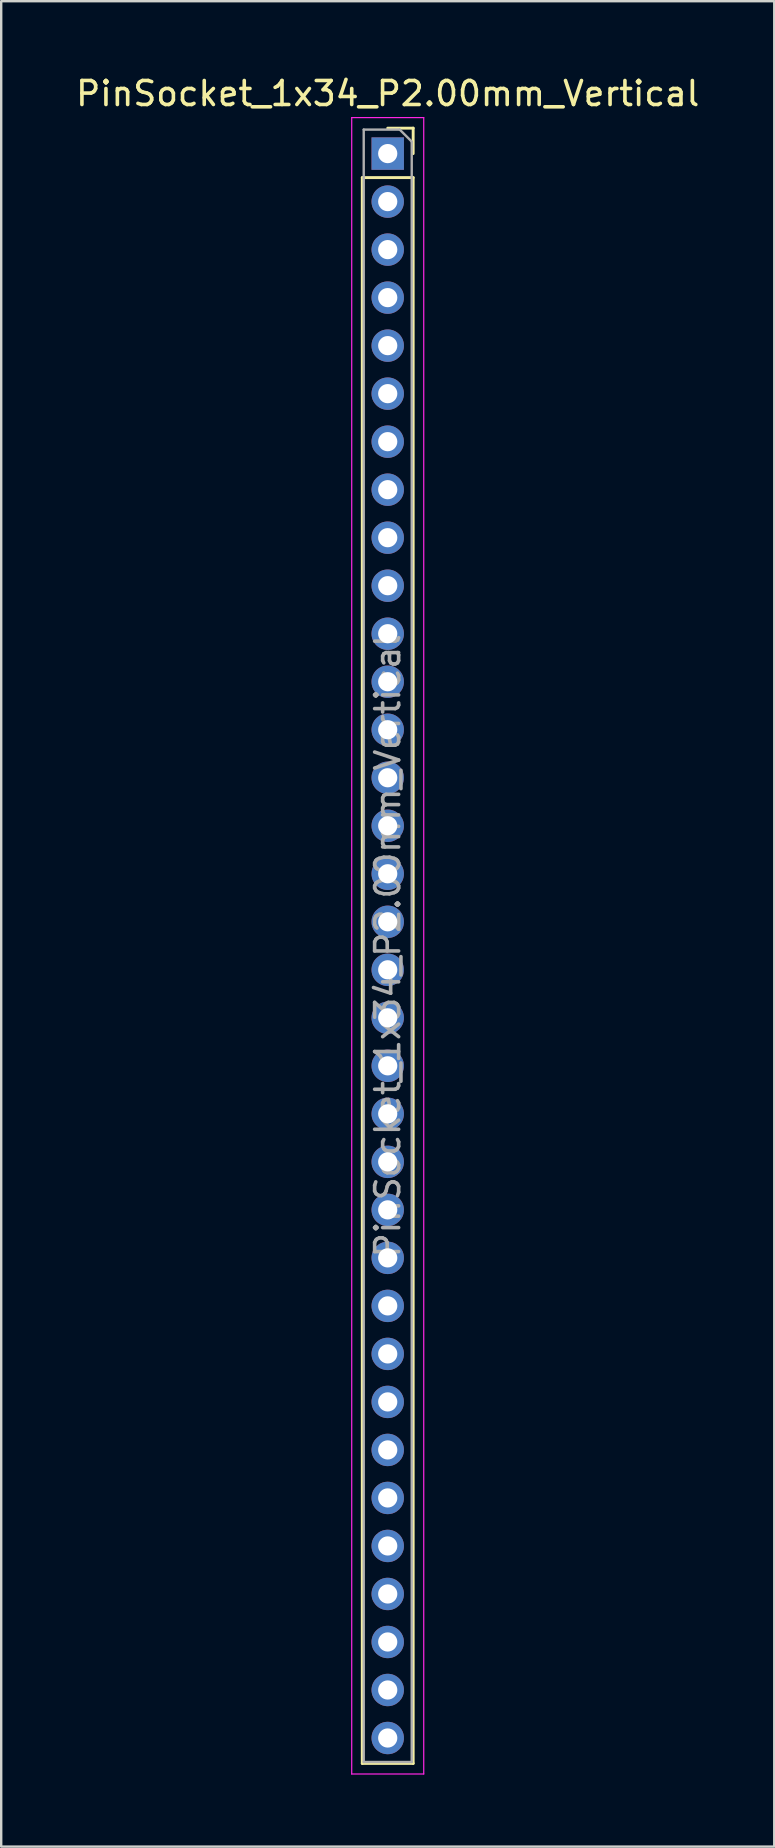
<source format=kicad_pcb>
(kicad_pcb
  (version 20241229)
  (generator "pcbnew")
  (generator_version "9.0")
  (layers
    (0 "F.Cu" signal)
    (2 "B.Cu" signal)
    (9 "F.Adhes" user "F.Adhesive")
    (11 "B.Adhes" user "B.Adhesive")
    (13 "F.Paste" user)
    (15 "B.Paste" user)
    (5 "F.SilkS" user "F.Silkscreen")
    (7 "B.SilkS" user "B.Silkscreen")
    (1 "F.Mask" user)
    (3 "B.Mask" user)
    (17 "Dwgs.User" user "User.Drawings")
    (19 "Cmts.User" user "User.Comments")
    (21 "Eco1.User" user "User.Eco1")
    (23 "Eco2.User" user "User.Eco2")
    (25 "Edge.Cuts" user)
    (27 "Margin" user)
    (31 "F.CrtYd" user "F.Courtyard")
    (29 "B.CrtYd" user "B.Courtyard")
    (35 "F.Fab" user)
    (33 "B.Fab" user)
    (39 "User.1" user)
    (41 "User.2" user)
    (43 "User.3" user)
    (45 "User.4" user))
  (footprint "PinSocket_1x34_P2.00mm_Vertical"
    (layer "F.Cu")
    (at 13.101 3.348)
    (property "Reference" "PinSocket_1x34_P2.00mm_Vertical" (at 0 -2.5 0) (layer "F.SilkS") (effects (font (size 1 1) (thickness 0.15))))
    (attr through_hole)
    (fp_line (start -1.06 1) (end -1.06 67.06) (stroke (width 0.12) (type solid)) (layer "F.SilkS"))
    (fp_line (start -1.06 1) (end 1.06 1) (stroke (width 0.12) (type solid)) (layer "F.SilkS"))
    (fp_line (start -1.06 67.06) (end 1.06 67.06) (stroke (width 0.12) (type solid)) (layer "F.SilkS"))
    (fp_line (start 0 -1.06) (end 1.06 -1.06) (stroke (width 0.12) (type solid)) (layer "F.SilkS"))
    (fp_line (start 1.06 -1.06) (end 1.06 0) (stroke (width 0.12) (type solid)) (layer "F.SilkS"))
    (fp_line (start 1.06 1) (end 1.06 67.06) (stroke (width 0.12) (type solid)) (layer "F.SilkS"))
    (fp_line (start -1.5 -1.5) (end 1.5 -1.5) (stroke (width 0.05) (type solid)) (layer "F.CrtYd"))
    (fp_line (start -1.5 67.5) (end -1.5 -1.5) (stroke (width 0.05) (type solid)) (layer "F.CrtYd"))
    (fp_line (start 1.5 -1.5) (end 1.5 67.5) (stroke (width 0.05) (type solid)) (layer "F.CrtYd"))
    (fp_line (start 1.5 67.5) (end -1.5 67.5) (stroke (width 0.05) (type solid)) (layer "F.CrtYd"))
    (fp_line (start -1 -1) (end 0.5 -1) (stroke (width 0.1) (type solid)) (layer "F.Fab"))
    (fp_line (start -1 67) (end -1 -1) (stroke (width 0.1) (type solid)) (layer "F.Fab"))
    (fp_line (start 0.5 -1) (end 1 -0.5) (stroke (width 0.1) (type solid)) (layer "F.Fab"))
    (fp_line (start 1 -0.5) (end 1 67) (stroke (width 0.1) (type solid)) (layer "F.Fab"))
    (fp_line (start 1 67) (end -1 67) (stroke (width 0.1) (type solid)) (layer "F.Fab"))
    (fp_text user "${REFERENCE}" (at 0 33 90) (layer "F.Fab") (effects (font (size 1 1) (thickness 0.15))))
    (pad "1" thru_hole rect (at 0 0) (size 1.35 1.35) (drill 0.8) (layers "*.Cu" "*.Mask"))
    (pad "2" thru_hole circle (at 0 2) (size 1.35 1.35) (drill 0.8) (layers "*.Cu" "*.Mask"))
    (pad "3" thru_hole circle (at 0 4) (size 1.35 1.35) (drill 0.8) (layers "*.Cu" "*.Mask"))
    (pad "4" thru_hole circle (at 0 6) (size 1.35 1.35) (drill 0.8) (layers "*.Cu" "*.Mask"))
    (pad "5" thru_hole circle (at 0 8) (size 1.35 1.35) (drill 0.8) (layers "*.Cu" "*.Mask"))
    (pad "6" thru_hole circle (at 0 10) (size 1.35 1.35) (drill 0.8) (layers "*.Cu" "*.Mask"))
    (pad "7" thru_hole circle (at 0 12) (size 1.35 1.35) (drill 0.8) (layers "*.Cu" "*.Mask"))
    (pad "8" thru_hole circle (at 0 14) (size 1.35 1.35) (drill 0.8) (layers "*.Cu" "*.Mask"))
    (pad "9" thru_hole circle (at 0 16) (size 1.35 1.35) (drill 0.8) (layers "*.Cu" "*.Mask"))
    (pad "10" thru_hole circle (at 0 18) (size 1.35 1.35) (drill 0.8) (layers "*.Cu" "*.Mask"))
    (pad "11" thru_hole circle (at 0 20) (size 1.35 1.35) (drill 0.8) (layers "*.Cu" "*.Mask"))
    (pad "12" thru_hole circle (at 0 22) (size 1.35 1.35) (drill 0.8) (layers "*.Cu" "*.Mask"))
    (pad "13" thru_hole circle (at 0 24) (size 1.35 1.35) (drill 0.8) (layers "*.Cu" "*.Mask"))
    (pad "14" thru_hole circle (at 0 26) (size 1.35 1.35) (drill 0.8) (layers "*.Cu" "*.Mask"))
    (pad "15" thru_hole circle (at 0 28) (size 1.35 1.35) (drill 0.8) (layers "*.Cu" "*.Mask"))
    (pad "16" thru_hole circle (at 0 30) (size 1.35 1.35) (drill 0.8) (layers "*.Cu" "*.Mask"))
    (pad "17" thru_hole circle (at 0 32) (size 1.35 1.35) (drill 0.8) (layers "*.Cu" "*.Mask"))
    (pad "18" thru_hole circle (at 0 34) (size 1.35 1.35) (drill 0.8) (layers "*.Cu" "*.Mask"))
    (pad "19" thru_hole circle (at 0 36) (size 1.35 1.35) (drill 0.8) (layers "*.Cu" "*.Mask"))
    (pad "20" thru_hole circle (at 0 38) (size 1.35 1.35) (drill 0.8) (layers "*.Cu" "*.Mask"))
    (pad "21" thru_hole circle (at 0 40) (size 1.35 1.35) (drill 0.8) (layers "*.Cu" "*.Mask"))
    (pad "22" thru_hole circle (at 0 42) (size 1.35 1.35) (drill 0.8) (layers "*.Cu" "*.Mask"))
    (pad "23" thru_hole circle (at 0 44) (size 1.35 1.35) (drill 0.8) (layers "*.Cu" "*.Mask"))
    (pad "24" thru_hole circle (at 0 46) (size 1.35 1.35) (drill 0.8) (layers "*.Cu" "*.Mask"))
    (pad "25" thru_hole circle (at 0 48) (size 1.35 1.35) (drill 0.8) (layers "*.Cu" "*.Mask"))
    (pad "26" thru_hole circle (at 0 50) (size 1.35 1.35) (drill 0.8) (layers "*.Cu" "*.Mask"))
    (pad "27" thru_hole circle (at 0 52) (size 1.35 1.35) (drill 0.8) (layers "*.Cu" "*.Mask"))
    (pad "28" thru_hole circle (at 0 54) (size 1.35 1.35) (drill 0.8) (layers "*.Cu" "*.Mask"))
    (pad "29" thru_hole circle (at 0 56) (size 1.35 1.35) (drill 0.8) (layers "*.Cu" "*.Mask"))
    (pad "30" thru_hole circle (at 0 58) (size 1.35 1.35) (drill 0.8) (layers "*.Cu" "*.Mask"))
    (pad "31" thru_hole circle (at 0 60) (size 1.35 1.35) (drill 0.8) (layers "*.Cu" "*.Mask"))
    (pad "32" thru_hole circle (at 0 62) (size 1.35 1.35) (drill 0.8) (layers "*.Cu" "*.Mask"))
    (pad "33" thru_hole circle (at 0 64) (size 1.35 1.35) (drill 0.8) (layers "*.Cu" "*.Mask"))
    (pad "34" thru_hole circle (at 0 66) (size 1.35 1.35) (drill 0.8) (layers "*.Cu" "*.Mask")))
  (gr_rect
    (start -3 -3)
    (end 29.202 73.873)
    (stroke (width 0.1) (type default))
    (fill no)
    (layer "Edge.Cuts")))
</source>
